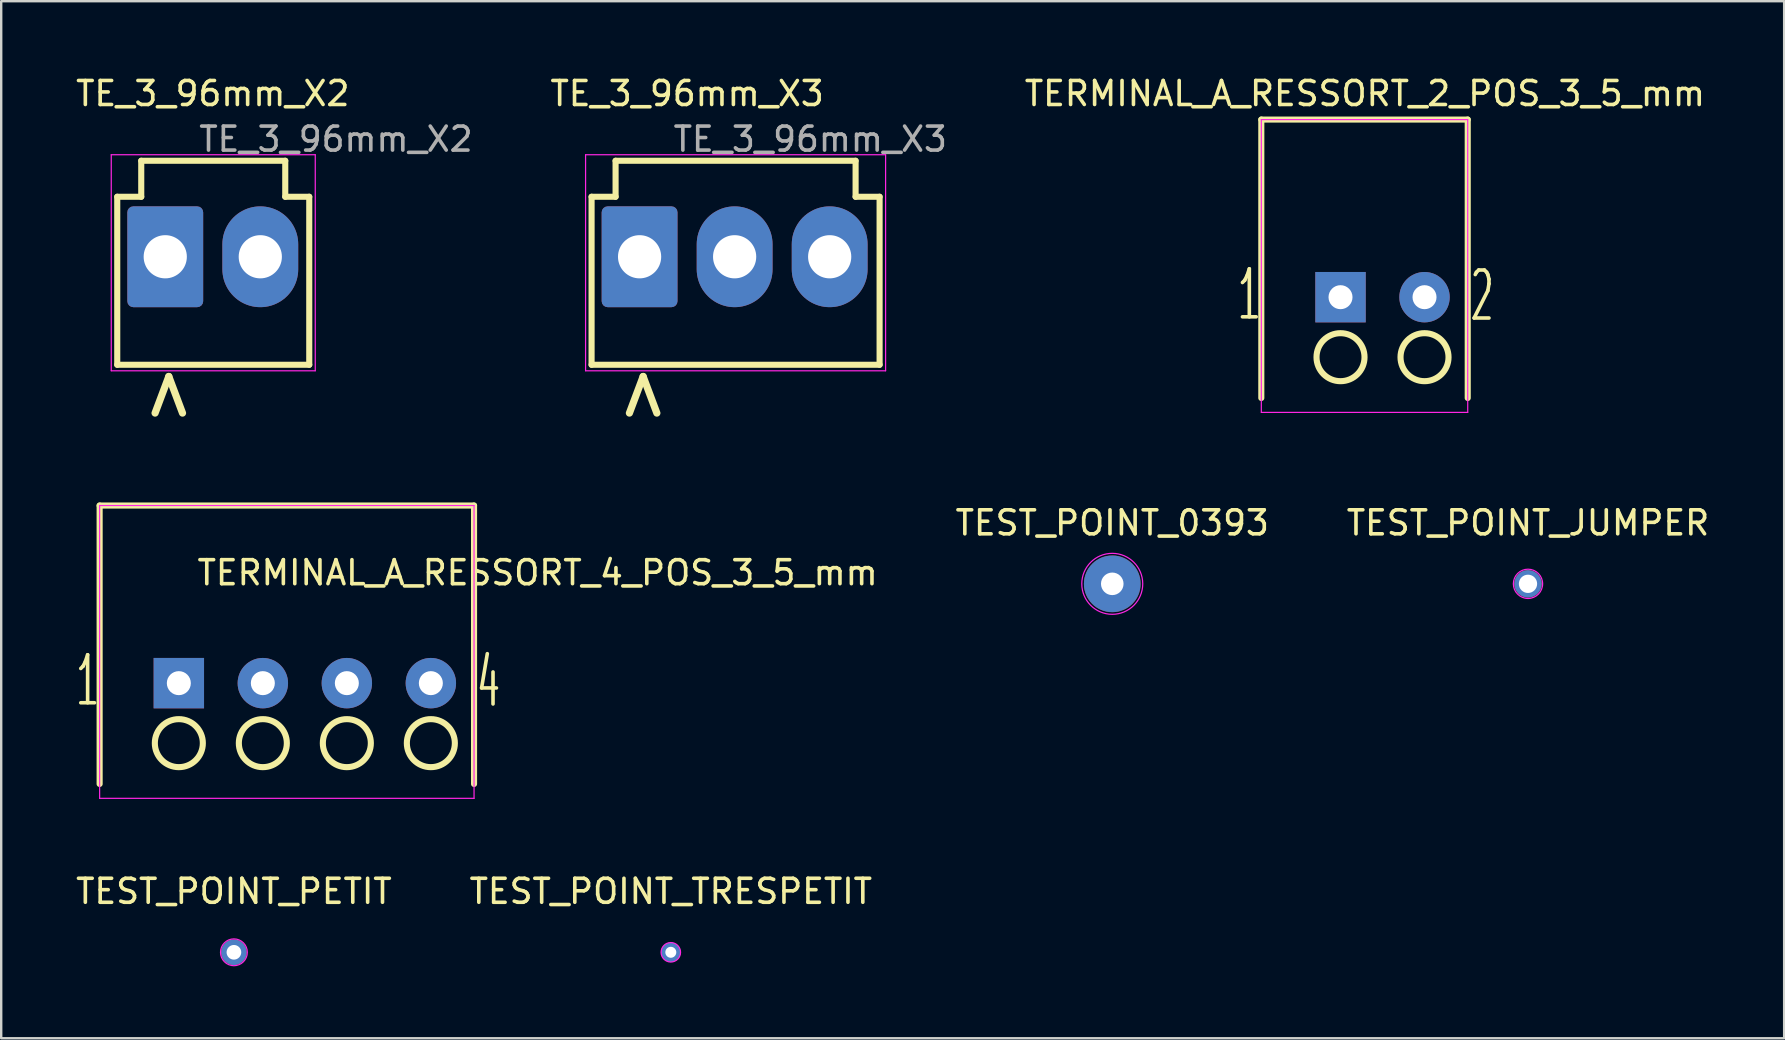
<source format=kicad_pcb>
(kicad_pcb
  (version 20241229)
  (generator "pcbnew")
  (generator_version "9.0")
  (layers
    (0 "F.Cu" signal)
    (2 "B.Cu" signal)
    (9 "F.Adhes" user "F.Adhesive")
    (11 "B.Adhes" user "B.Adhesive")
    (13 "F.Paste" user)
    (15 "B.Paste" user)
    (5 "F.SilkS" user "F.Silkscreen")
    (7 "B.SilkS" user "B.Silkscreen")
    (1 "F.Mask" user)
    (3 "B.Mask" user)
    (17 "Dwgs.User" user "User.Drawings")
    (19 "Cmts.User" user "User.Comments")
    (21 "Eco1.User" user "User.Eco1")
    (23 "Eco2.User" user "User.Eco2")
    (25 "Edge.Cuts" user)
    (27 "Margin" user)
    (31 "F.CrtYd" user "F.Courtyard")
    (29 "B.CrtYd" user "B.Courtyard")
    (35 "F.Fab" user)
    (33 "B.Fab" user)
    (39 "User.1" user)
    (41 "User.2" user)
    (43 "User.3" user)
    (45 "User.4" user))
  (footprint "TE_3_96mm_X3"
    (layer "F.Cu")
    (at 23.598 7.648)
    (property "Reference" "TE_3_96mm_X3" (at 1.98 -6.8 0) (layer "F.SilkS") (effects (font (size 1 1) (thickness 0.15))))
    (attr through_hole)
    (fp_line (start -2 -2.5) (end -1 -2.5) (stroke (width 0.254) (type solid)) (layer "F.SilkS"))
    (fp_line (start -2 4.5) (end -2 -2.5) (stroke (width 0.254) (type solid)) (layer "F.SilkS"))
    (fp_line (start -2 4.5) (end 10 4.5) (stroke (width 0.254) (type solid)) (layer "F.SilkS"))
    (fp_line (start -1 -4) (end 9 -4) (stroke (width 0.254) (type solid)) (layer "F.SilkS"))
    (fp_line (start -1 -2.5) (end -1 -4) (stroke (width 0.254) (type solid)) (layer "F.SilkS"))
    (fp_line (start 9 -4) (end 9 -2.5) (stroke (width 0.254) (type solid)) (layer "F.SilkS"))
    (fp_line (start 9 -2.5) (end 10 -2.5) (stroke (width 0.254) (type solid)) (layer "F.SilkS"))
    (fp_line (start 10 -2.5) (end 10 4.5) (stroke (width 0.254) (type solid)) (layer "F.SilkS"))
    (fp_line (start -2.25 -4.25) (end 10.25 -4.25) (stroke (width 0.05) (type solid)) (layer "F.CrtYd"))
    (fp_line (start -2.25 4.75) (end -2.25 -4.25) (stroke (width 0.05) (type solid)) (layer "F.CrtYd"))
    (fp_line (start 10.25 -4.25) (end 10.25 4.75) (stroke (width 0.05) (type solid)) (layer "F.CrtYd"))
    (fp_line (start 10.25 4.75) (end -2.25 4.75) (stroke (width 0.05) (type solid)) (layer "F.CrtYd"))
    (fp_text user ">" (at 0 5.75 90) (unlocked yes) (layer "F.SilkS") (effects (font (size 2 2) (thickness 0.3))))
    (fp_text user "${REFERENCE}" (at 7.112 -4.9 0) (layer "F.Fab") (effects (font (size 1 1) (thickness 0.15))))
    (pad "1" thru_hole roundrect (at 0 0) (size 3.16 4.2) (drill 1.8) (layers "*.Cu" "*.Mask") (roundrect_rratio 0.079))
    (pad "2" thru_hole oval (at 3.96 0) (size 3.16 4.2) (drill 1.8) (layers "*.Cu" "*.Mask"))
    (pad "3" thru_hole oval (at 7.92 0) (size 3.16 4.2) (drill 1.8) (layers "*.Cu" "*.Mask")))
  (footprint "TEST_POINT_JUMPER"
    (layer "F.Cu")
    (at 60.613 21.275)
    (property "Reference" "TEST_POINT_JUMPER" (at 0 -2.54 0) (layer "F.SilkS") (effects (font (size 1 1) (thickness 0.15))))
    (attr through_hole)
    (fp_circle (center 0 0) (end 0.61 0) (stroke (width 0.05) (type solid)) (fill no) (layer "F.CrtYd"))
    (pad "1" thru_hole circle (at 0 0) (size 1.143 1.143) (drill 0.762) (layers "*.Cu" "*.Mask")))
  (footprint "TEST_POINT_PETIT"
    (layer "F.Cu")
    (at 6.696 36.627)
    (property "Reference" "TEST_POINT_PETIT" (at 0 -2.54 0) (layer "F.SilkS") (effects (font (size 1 1) (thickness 0.15))))
    (attr through_hole)
    (fp_circle (center 0 0) (end 0.559 0) (stroke (width 0.05) (type solid)) (fill no) (layer "F.CrtYd"))
    (pad "1" thru_hole circle (at 0 0) (size 1.067 1.067) (drill 0.61) (layers "*.Cu" "*.Mask")))
  (footprint "TERMINAL_A_RESSORT_4_POS_3_5_mm"
    (layer "F.Cu")
    (at 4.401 25.413)
    (property "Reference" "TERMINAL_A_RESSORT_4_POS_3_5_mm" (at 14.95 -4.6 0) (layer "F.SilkS") (effects (font (size 1 1) (thickness 0.15))))
    (attr through_hole)
    (fp_line (start -3.3 -7.4) (end 12.3 -7.4) (stroke (width 0.254) (type solid)) (layer "F.SilkS"))
    (fp_line (start -3.3 4.2) (end -3.3 -7.4) (stroke (width 0.254) (type solid)) (layer "F.SilkS"))
    (fp_line (start 12.3 -7.4) (end 12.3 4.2) (stroke (width 0.254) (type solid)) (layer "F.SilkS"))
    (fp_circle (center 0 2.5) (end 1 2.5) (stroke (width 0.254) (type solid)) (fill no) (layer "F.SilkS"))
    (fp_circle (center 3.5 2.5) (end 3.5 1.5) (stroke (width 0.254) (type solid)) (fill no) (layer "F.SilkS"))
    (fp_circle (center 7 2.5) (end 7 1.5) (stroke (width 0.254) (type solid)) (fill no) (layer "F.SilkS"))
    (fp_circle (center 10.5 2.5) (end 10.5 1.5) (stroke (width 0.254) (type solid)) (fill no) (layer "F.SilkS"))
    (fp_line (start -3.3 -7.4) (end 12.3 -7.4) (stroke (width 0.05) (type solid)) (layer "F.CrtYd"))
    (fp_line (start -3.3 4.8) (end -3.3 -7.4) (stroke (width 0.05) (type solid)) (layer "F.CrtYd"))
    (fp_line (start 12.3 -7.4) (end 12.3 4.8) (stroke (width 0.05) (type solid)) (layer "F.CrtYd"))
    (fp_line (start 12.3 4.8) (end -3.3 4.8) (stroke (width 0.05) (type solid)) (layer "F.CrtYd"))
    (fp_text user "1" (at -3.8 -0.1 0) (layer "F.SilkS") (effects (font (size 2 1) (thickness 0.15))))
    (fp_text user "4" (at 12.9 -0.05 0) (layer "F.SilkS") (effects (font (size 2 1) (thickness 0.15))))
    (pad "1" thru_hole rect (at 0 0) (size 2.1 2.1) (drill 1) (layers "*.Cu" "*.Mask"))
    (pad "2" thru_hole circle (at 3.5 0) (size 2.1 2.1) (drill 1) (layers "*.Cu" "*.Mask"))
    (pad "3" thru_hole circle (at 7 0) (size 2.1 2.1) (drill 1) (layers "*.Cu" "*.Mask"))
    (pad "4" thru_hole circle (at 10.5 0) (size 2.1 2.1) (drill 1) (layers "*.Cu" "*.Mask")))
  (footprint "TERMINAL_A_RESSORT_2_POS_3_5_mm"
    (layer "F.Cu")
    (at 52.802 9.332)
    (property "Reference" "TERMINAL_A_RESSORT_2_POS_3_5_mm" (at 1.016 -8.484 0) (layer "F.SilkS") (effects (font (size 1 1) (thickness 0.15))))
    (attr through_hole)
    (fp_line (start -3.3 -7.4) (end 5.3 -7.4) (stroke (width 0.254) (type solid)) (layer "F.SilkS"))
    (fp_line (start -3.3 4.2) (end -3.3 -7.4) (stroke (width 0.254) (type solid)) (layer "F.SilkS"))
    (fp_line (start 5.3 -7.4) (end 5.3 4.2) (stroke (width 0.254) (type solid)) (layer "F.SilkS"))
    (fp_circle (center 0 2.5) (end 1 2.5) (stroke (width 0.254) (type solid)) (fill no) (layer "F.SilkS"))
    (fp_circle (center 3.5 2.5) (end 3.5 1.5) (stroke (width 0.254) (type solid)) (fill no) (layer "F.SilkS"))
    (fp_line (start -3.3 -7.4) (end 5.3 -7.4) (stroke (width 0.05) (type solid)) (layer "F.CrtYd"))
    (fp_line (start -3.3 4.8) (end -3.3 -7.4) (stroke (width 0.05) (type solid)) (layer "F.CrtYd"))
    (fp_line (start 5.3 -7.4) (end 5.3 4.8) (stroke (width 0.05) (type solid)) (layer "F.CrtYd"))
    (fp_line (start 5.3 4.8) (end -3.3 4.8) (stroke (width 0.05) (type solid)) (layer "F.CrtYd"))
    (fp_text user "2" (at 5.9 -0.05 0) (layer "F.SilkS") (effects (font (size 2 1) (thickness 0.15))))
    (fp_text user "1" (at -3.8 -0.1 0) (layer "F.SilkS") (effects (font (size 2 1) (thickness 0.15))))
    (pad "1" thru_hole rect (at 0 0) (size 2.1 2.1) (drill 1) (layers "*.Cu" "*.Mask"))
    (pad "2" thru_hole circle (at 3.5 0) (size 2.1 2.1) (drill 1) (layers "*.Cu" "*.Mask")))
  (footprint "TEST_POINT_TRESPETIT"
    (layer "F.Cu")
    (at 24.899 36.627)
    (property "Reference" "TEST_POINT_TRESPETIT" (at 0 -2.54 0) (layer "F.SilkS") (effects (font (size 1 1) (thickness 0.15))))
    (attr through_hole)
    (fp_circle (center 0 0) (end 0.406 0) (stroke (width 0.05) (type solid)) (fill no) (layer "F.CrtYd"))
    (pad "1" thru_hole circle (at 0 0) (size 0.813 0.813) (drill 0.457) (layers "*.Cu" "*.Mask")))
  (footprint "TEST_POINT_0393"
    (layer "F.Cu")
    (at 43.292 21.275)
    (property "Reference" "TEST_POINT_0393" (at 0 -2.54 0) (layer "F.SilkS") (effects (font (size 1 1) (thickness 0.15))))
    (attr through_hole)
    (fp_circle (center 0 0) (end 1.27 0) (stroke (width 0.05) (type solid)) (fill no) (layer "F.CrtYd"))
    (pad "1" thru_hole circle (at 0 0) (size 2.362 2.362) (drill 0.94) (layers "*.Cu" "*.Mask")))
  (footprint "TE_3_96mm_X2"
    (layer "F.Cu")
    (at 3.835 7.648)
    (property "Reference" "TE_3_96mm_X2" (at 1.98 -6.8 0) (layer "F.SilkS") (effects (font (size 1 1) (thickness 0.15))))
    (attr through_hole)
    (fp_line (start -2 -2.5) (end -1 -2.5) (stroke (width 0.254) (type solid)) (layer "F.SilkS"))
    (fp_line (start -2 4.5) (end -2 -2.5) (stroke (width 0.254) (type solid)) (layer "F.SilkS"))
    (fp_line (start -2 4.5) (end 6 4.5) (stroke (width 0.254) (type solid)) (layer "F.SilkS"))
    (fp_line (start -1 -4) (end 5 -4) (stroke (width 0.254) (type solid)) (layer "F.SilkS"))
    (fp_line (start -1 -2.5) (end -1 -4) (stroke (width 0.254) (type solid)) (layer "F.SilkS"))
    (fp_line (start 5 -4) (end 5 -2.5) (stroke (width 0.254) (type solid)) (layer "F.SilkS"))
    (fp_line (start 5 -2.5) (end 6 -2.5) (stroke (width 0.254) (type solid)) (layer "F.SilkS"))
    (fp_line (start 6 -2.5) (end 6 4.5) (stroke (width 0.254) (type solid)) (layer "F.SilkS"))
    (fp_line (start -2.25 -4.25) (end 6.25 -4.25) (stroke (width 0.05) (type solid)) (layer "F.CrtYd"))
    (fp_line (start -2.25 4.75) (end -2.25 -4.25) (stroke (width 0.05) (type solid)) (layer "F.CrtYd"))
    (fp_line (start 6.25 -4.25) (end 6.25 4.75) (stroke (width 0.05) (type solid)) (layer "F.CrtYd"))
    (fp_line (start 6.25 4.75) (end -2.25 4.75) (stroke (width 0.05) (type solid)) (layer "F.CrtYd"))
    (fp_text user ">" (at 0 5.75 90) (unlocked yes) (layer "F.SilkS") (effects (font (size 2 2) (thickness 0.3))))
    (fp_text user "${REFERENCE}" (at 7.112 -4.9 0) (layer "F.Fab") (effects (font (size 1 1) (thickness 0.15))))
    (pad "1" thru_hole roundrect (at 0 0) (size 3.16 4.2) (drill 1.8) (layers "*.Cu" "*.Mask") (roundrect_rratio 0.079))
    (pad "2" thru_hole oval (at 3.96 0) (size 3.16 4.2) (drill 1.8) (layers "*.Cu" "*.Mask")))
  (gr_rect
    (start -3 -3)
    (end 71.286 40.21)
    (stroke (width 0.1) (type default))
    (fill no)
    (layer "Edge.Cuts")))
</source>
